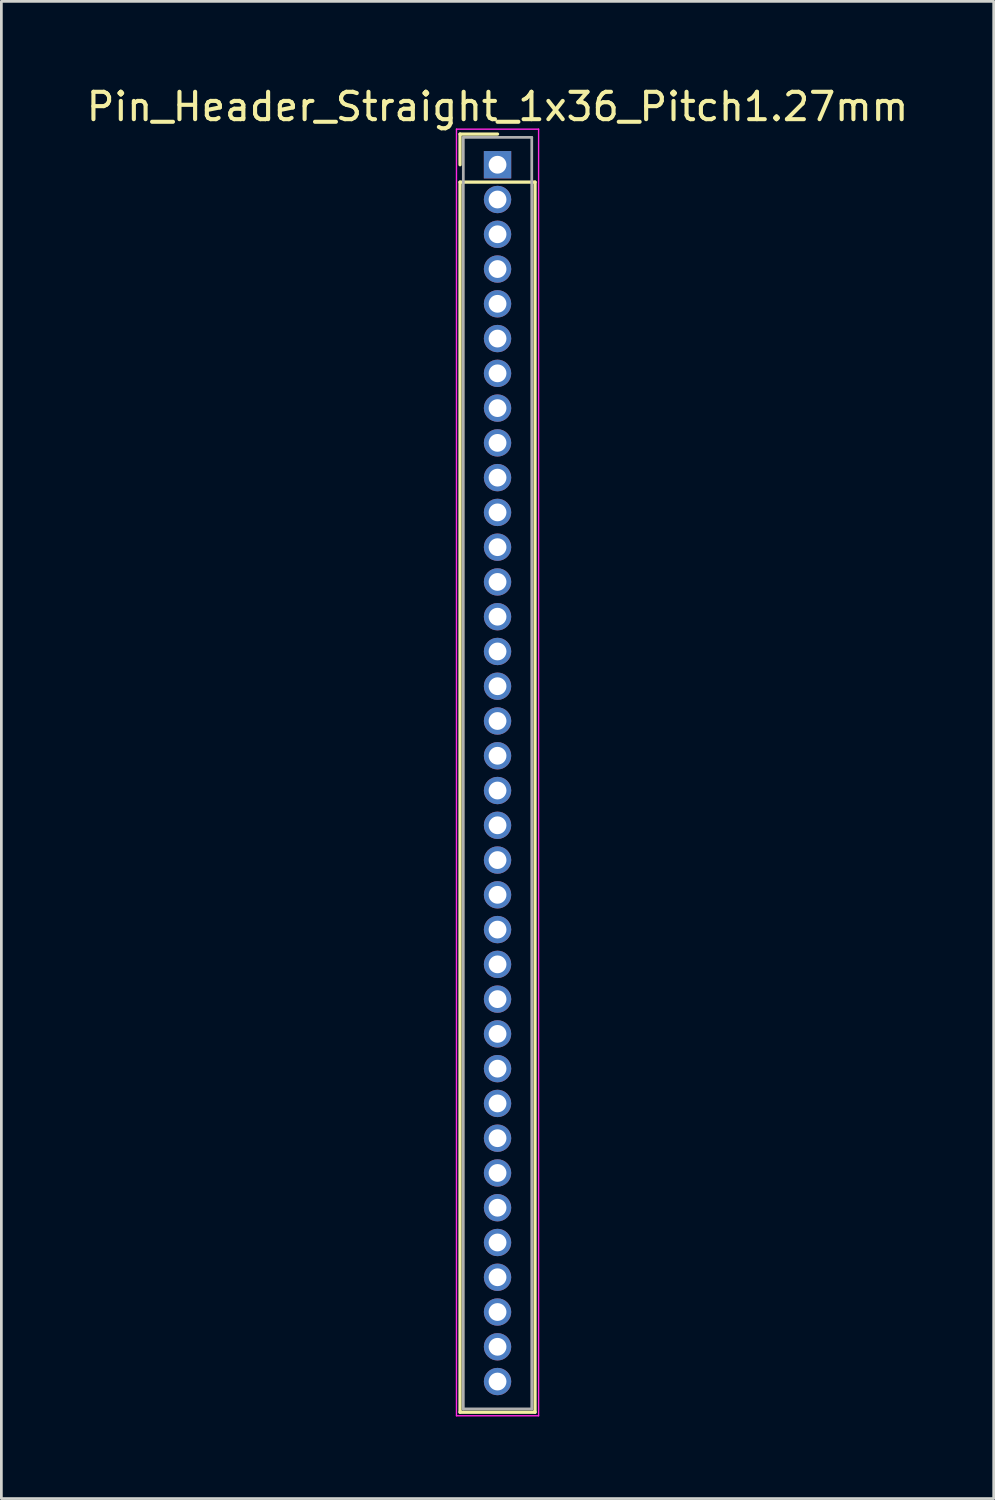
<source format=kicad_pcb>
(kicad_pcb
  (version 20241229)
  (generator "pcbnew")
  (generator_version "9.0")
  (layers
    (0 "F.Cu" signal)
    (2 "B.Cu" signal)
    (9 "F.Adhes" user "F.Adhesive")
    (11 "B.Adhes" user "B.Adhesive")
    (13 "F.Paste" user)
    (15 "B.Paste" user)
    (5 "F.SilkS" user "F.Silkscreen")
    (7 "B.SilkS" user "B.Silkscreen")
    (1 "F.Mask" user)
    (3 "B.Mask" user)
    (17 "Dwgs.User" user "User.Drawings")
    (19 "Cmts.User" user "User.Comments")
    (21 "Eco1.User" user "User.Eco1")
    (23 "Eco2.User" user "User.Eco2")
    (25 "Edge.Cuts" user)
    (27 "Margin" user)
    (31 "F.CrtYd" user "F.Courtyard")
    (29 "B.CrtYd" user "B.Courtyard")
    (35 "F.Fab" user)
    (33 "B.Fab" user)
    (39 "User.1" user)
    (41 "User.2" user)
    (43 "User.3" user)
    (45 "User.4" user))
  (footprint "Pin_Header_Straight_1x36_Pitch1.27mm"
    (layer "F.Cu")
    (at 15.125 2.968)
    (property "Reference" "Pin_Header_Straight_1x36_Pitch1.27mm" (at 0 -2.12 0) (layer "F.SilkS") (effects (font (size 1 1) (thickness 0.15))))
    (attr through_hole)
    (fp_line (start -1.37 -1.12) (end 0 -1.12) (stroke (width 0.12) (type solid)) (layer "F.SilkS"))
    (fp_line (start -1.37 0) (end -1.37 -1.12) (stroke (width 0.12) (type solid)) (layer "F.SilkS"))
    (fp_line (start -1.37 0.635) (end -1.37 45.57) (stroke (width 0.12) (type solid)) (layer "F.SilkS"))
    (fp_line (start -1.37 45.57) (end 1.37 45.57) (stroke (width 0.12) (type solid)) (layer "F.SilkS"))
    (fp_line (start 1.37 0.635) (end -1.37 0.635) (stroke (width 0.12) (type solid)) (layer "F.SilkS"))
    (fp_line (start 1.37 45.57) (end 1.37 0.635) (stroke (width 0.12) (type solid)) (layer "F.SilkS"))
    (fp_line (start -1.5 -1.3) (end -1.5 45.7) (stroke (width 0.05) (type solid)) (layer "F.CrtYd"))
    (fp_line (start -1.5 45.7) (end 1.5 45.7) (stroke (width 0.05) (type solid)) (layer "F.CrtYd"))
    (fp_line (start 1.5 -1.3) (end -1.5 -1.3) (stroke (width 0.05) (type solid)) (layer "F.CrtYd"))
    (fp_line (start 1.5 45.7) (end 1.5 -1.3) (stroke (width 0.05) (type solid)) (layer "F.CrtYd"))
    (fp_line (start -1.25 -1) (end -1.25 45.45) (stroke (width 0.1) (type solid)) (layer "F.Fab"))
    (fp_line (start -1.25 45.45) (end 1.25 45.45) (stroke (width 0.1) (type solid)) (layer "F.Fab"))
    (fp_line (start 1.25 -1) (end -1.25 -1) (stroke (width 0.1) (type solid)) (layer "F.Fab"))
    (fp_line (start 1.25 45.45) (end 1.25 -1) (stroke (width 0.1) (type solid)) (layer "F.Fab"))
    (pad "1" thru_hole rect (at 0 0) (size 1 1) (drill 0.65) (layers "*.Cu" "*.Mask"))
    (pad "2" thru_hole oval (at 0 1.27) (size 1 1) (drill 0.65) (layers "*.Cu" "*.Mask"))
    (pad "3" thru_hole oval (at 0 2.54) (size 1 1) (drill 0.65) (layers "*.Cu" "*.Mask"))
    (pad "4" thru_hole oval (at 0 3.81) (size 1 1) (drill 0.65) (layers "*.Cu" "*.Mask"))
    (pad "5" thru_hole oval (at 0 5.08) (size 1 1) (drill 0.65) (layers "*.Cu" "*.Mask"))
    (pad "6" thru_hole oval (at 0 6.35) (size 1 1) (drill 0.65) (layers "*.Cu" "*.Mask"))
    (pad "7" thru_hole oval (at 0 7.62) (size 1 1) (drill 0.65) (layers "*.Cu" "*.Mask"))
    (pad "8" thru_hole oval (at 0 8.89) (size 1 1) (drill 0.65) (layers "*.Cu" "*.Mask"))
    (pad "9" thru_hole oval (at 0 10.16) (size 1 1) (drill 0.65) (layers "*.Cu" "*.Mask"))
    (pad "10" thru_hole oval (at 0 11.43) (size 1 1) (drill 0.65) (layers "*.Cu" "*.Mask"))
    (pad "11" thru_hole oval (at 0 12.7) (size 1 1) (drill 0.65) (layers "*.Cu" "*.Mask"))
    (pad "12" thru_hole oval (at 0 13.97) (size 1 1) (drill 0.65) (layers "*.Cu" "*.Mask"))
    (pad "13" thru_hole oval (at 0 15.24) (size 1 1) (drill 0.65) (layers "*.Cu" "*.Mask"))
    (pad "14" thru_hole oval (at 0 16.51) (size 1 1) (drill 0.65) (layers "*.Cu" "*.Mask"))
    (pad "15" thru_hole oval (at 0 17.78) (size 1 1) (drill 0.65) (layers "*.Cu" "*.Mask"))
    (pad "16" thru_hole oval (at 0 19.05) (size 1 1) (drill 0.65) (layers "*.Cu" "*.Mask"))
    (pad "17" thru_hole oval (at 0 20.32) (size 1 1) (drill 0.65) (layers "*.Cu" "*.Mask"))
    (pad "18" thru_hole oval (at 0 21.59) (size 1 1) (drill 0.65) (layers "*.Cu" "*.Mask"))
    (pad "19" thru_hole oval (at 0 22.86) (size 1 1) (drill 0.65) (layers "*.Cu" "*.Mask"))
    (pad "20" thru_hole oval (at 0 24.13) (size 1 1) (drill 0.65) (layers "*.Cu" "*.Mask"))
    (pad "21" thru_hole oval (at 0 25.4) (size 1 1) (drill 0.65) (layers "*.Cu" "*.Mask"))
    (pad "22" thru_hole oval (at 0 26.67) (size 1 1) (drill 0.65) (layers "*.Cu" "*.Mask"))
    (pad "23" thru_hole oval (at 0 27.94) (size 1 1) (drill 0.65) (layers "*.Cu" "*.Mask"))
    (pad "24" thru_hole oval (at 0 29.21) (size 1 1) (drill 0.65) (layers "*.Cu" "*.Mask"))
    (pad "25" thru_hole oval (at 0 30.48) (size 1 1) (drill 0.65) (layers "*.Cu" "*.Mask"))
    (pad "26" thru_hole oval (at 0 31.75) (size 1 1) (drill 0.65) (layers "*.Cu" "*.Mask"))
    (pad "27" thru_hole oval (at 0 33.02) (size 1 1) (drill 0.65) (layers "*.Cu" "*.Mask"))
    (pad "28" thru_hole oval (at 0 34.29) (size 1 1) (drill 0.65) (layers "*.Cu" "*.Mask"))
    (pad "29" thru_hole oval (at 0 35.56) (size 1 1) (drill 0.65) (layers "*.Cu" "*.Mask"))
    (pad "30" thru_hole oval (at 0 36.83) (size 1 1) (drill 0.65) (layers "*.Cu" "*.Mask"))
    (pad "31" thru_hole oval (at 0 38.1) (size 1 1) (drill 0.65) (layers "*.Cu" "*.Mask"))
    (pad "32" thru_hole oval (at 0 39.37) (size 1 1) (drill 0.65) (layers "*.Cu" "*.Mask"))
    (pad "33" thru_hole oval (at 0 40.64) (size 1 1) (drill 0.65) (layers "*.Cu" "*.Mask"))
    (pad "34" thru_hole oval (at 0 41.91) (size 1 1) (drill 0.65) (layers "*.Cu" "*.Mask"))
    (pad "35" thru_hole oval (at 0 43.18) (size 1 1) (drill 0.65) (layers "*.Cu" "*.Mask"))
    (pad "36" thru_hole oval (at 0 44.45) (size 1 1) (drill 0.65) (layers "*.Cu" "*.Mask")))
  (gr_rect
    (start -3 -3)
    (end 33.25 51.693)
    (stroke (width 0.1) (type default))
    (fill no)
    (layer "Edge.Cuts")))
</source>
